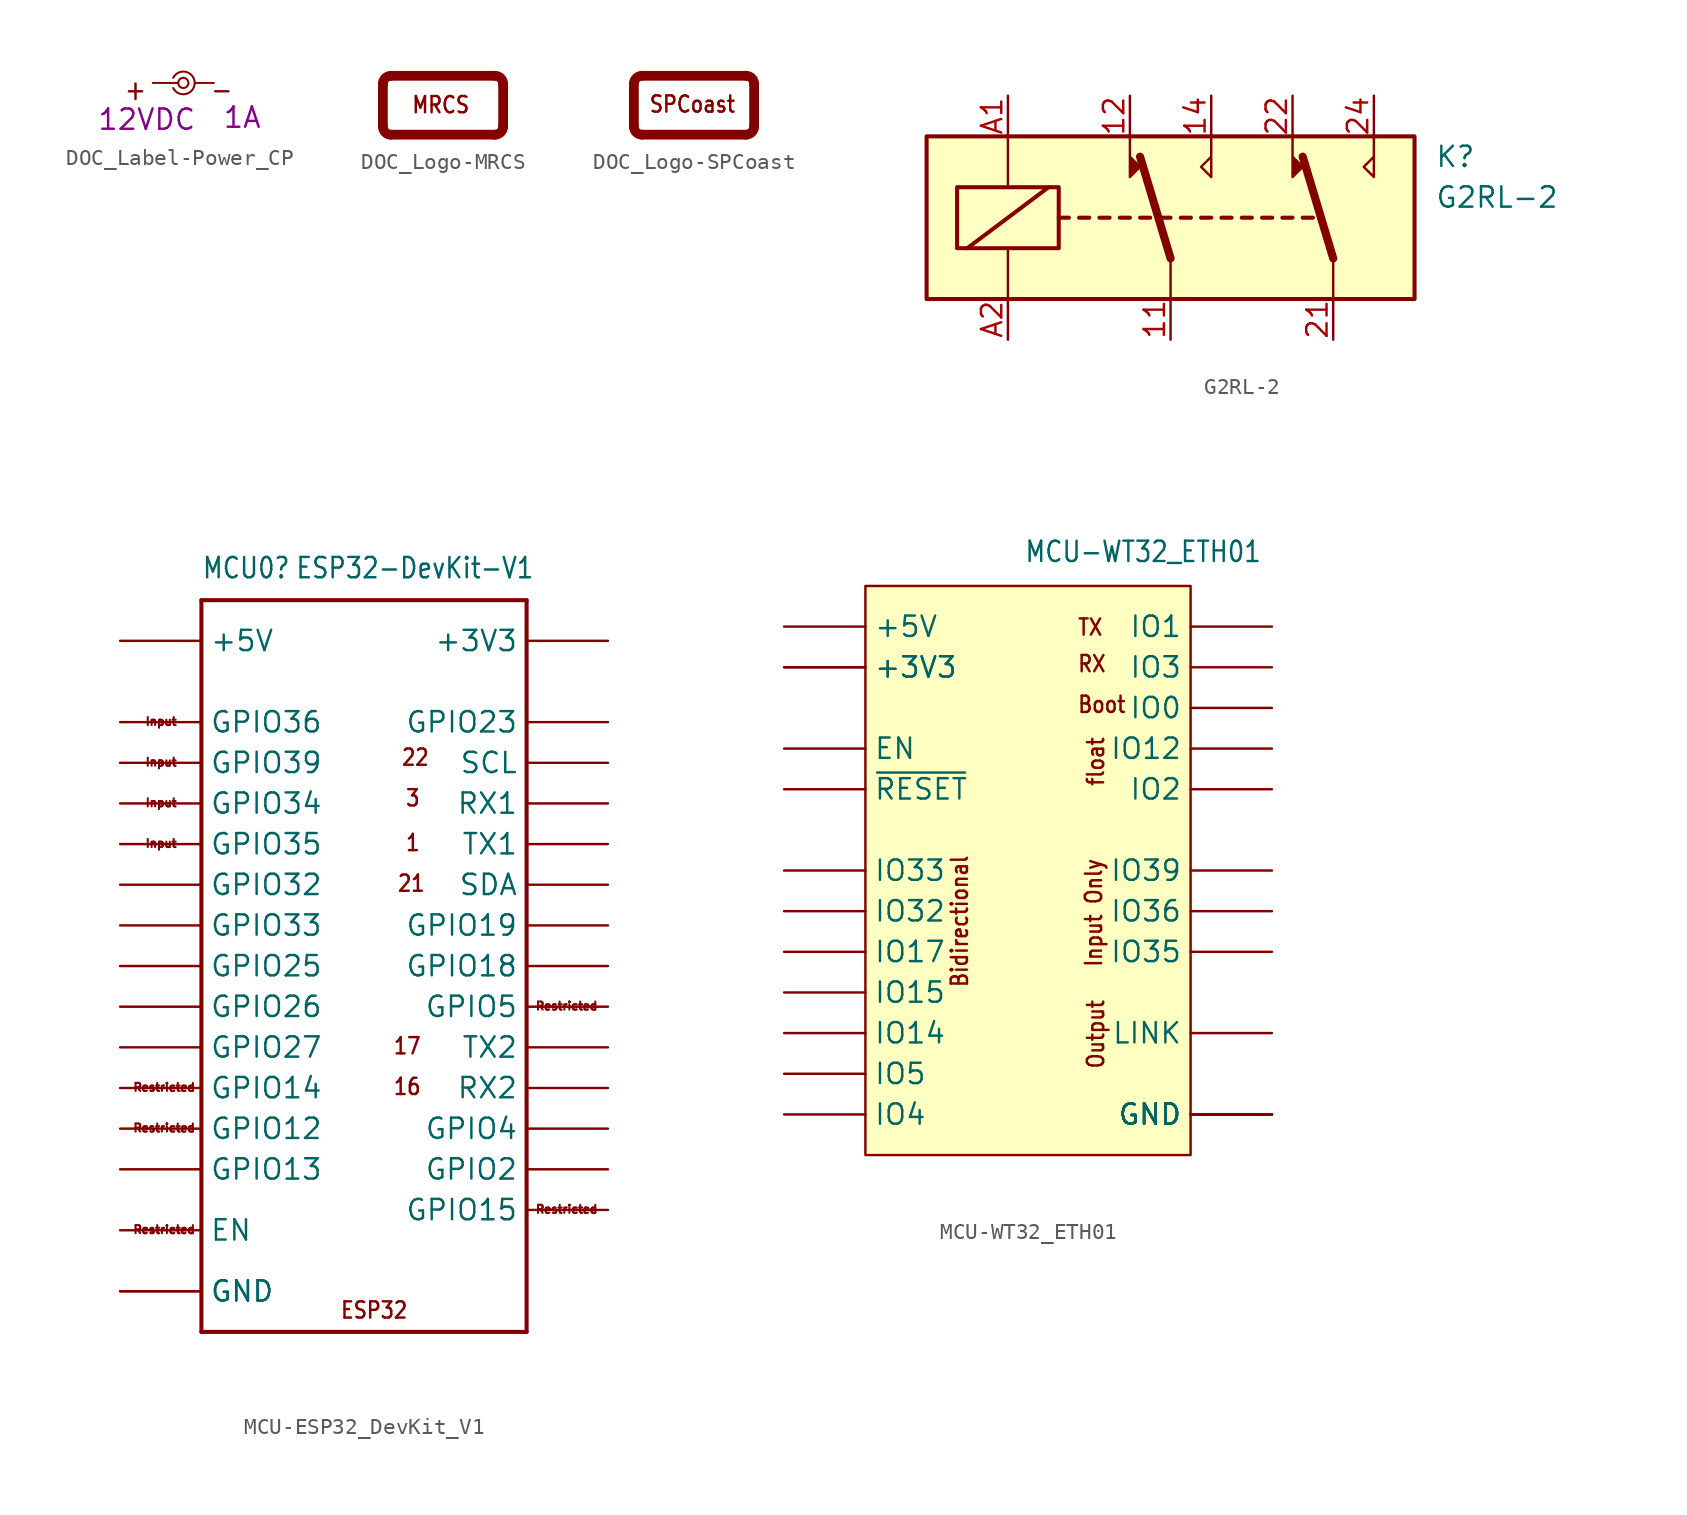
<source format=kicad_sym>
(kicad_symbol_lib
  (version 20241209)
  (generator "kicad_symbol_editor")
  (generator_version "9.0")
  (symbol "DOC_Label-Power_CP"
    (property "Reference" "PWR-LABEL"
      (at 0.762 3.556 0)
      (effects (font (size 1.27 1.27)) (hide yes)))
    (property "A" "1A"
      (at 3.683 -0.889 0)
      (effects (font (size 1.27 1.27))))
    (property "V" "12VDC"
      (at -2.286 -1.016 0)
      (effects (font (size 1.27 1.27))))
    (symbol "DOC_Label-Power_CP_1_0"
      (polyline (pts (xy -0.318 1.27) (xy -1.905 1.27)) (stroke (width 0.127) (type solid)) (fill (type none)))
      (arc (start -0.635 1.5875) (mid 0.71 1.27) (end -0.635 0.9525) (stroke (width 0.127) (type solid)) (fill (type none)))
      (circle (center 0 1.27) (radius 0.318) (stroke (width 0.127) (type solid)) (fill (type none)))
      (polyline (pts (xy 0.762 1.27) (xy 1.905 1.27)) (stroke (width 0.127) (type solid)) (fill (type none)))
      (text "+" (at -2.223 1.587 0) (effects (font (size 1.27 1.079)) (justify right top)))
      (text "-" (at 3.175 1.587 0) (effects (font (size 1.27 1.079)) (justify right top)))))
  (symbol "DOC_Logo-MRCS"
    (property "Reference" ""
      (at 0 0 0)
      (effects (font (size 1.27 1.27)) (hide yes)))
    (property "ki_locked" ""
      (at 0 0 0)
      (effects (font (size 1.27 1.27))))
    (symbol "DOC_Logo-MRCS_1_0"
      (polyline (pts (xy -3.759 1.295) (xy -3.759 -1.372)) (stroke (width 0.61) (type solid)) (fill (type none)))
      (polyline (pts (xy -3.251 1.803) (xy 3.251 1.803)) (stroke (width 0.61) (type solid)) (fill (type none)))
      (arc (start -3.7592 1.2954) (mid -3.6104 1.6546) (end -3.2512 1.8034) (stroke (width 0.6096) (type solid)) (fill (type none)))
      (arc (start -3.2512 -1.8796) (mid -3.6104 -1.7308) (end -3.7592 -1.3716) (stroke (width 0.6096) (type solid)) (fill (type none)))
      (arc (start 3.7592 -1.3716) (mid 3.6099 -1.7302) (end 3.2512 -1.8796) (stroke (width 0.6096) (type solid)) (fill (type none)))
      (arc (start 3.2512 1.8034) (mid 3.6104 1.6546) (end 3.7592 1.2954) (stroke (width 0.6096) (type solid)) (fill (type none)))
      (polyline (pts (xy 3.251 -1.88) (xy -3.251 -1.88)) (stroke (width 0.61) (type solid)) (fill (type none)))
      (polyline (pts (xy 3.759 1.295) (xy 3.759 -1.372)) (stroke (width 0.61) (type solid)) (fill (type none)))
      (text "MRCS" (at -2.007 -0.61 0) (effects (font (size 1.016 0.864)) (justify left bottom)))))
  (symbol "DOC_Logo-SPCoast"
    (property "Reference" "Logo"
      (at -1.651 3.302 0)
      (effects (font (size 1.27 1.27)) (hide yes)))
    (symbol "DOC_Logo-SPCoast_1_0"
      (polyline (pts (xy -3.759 1.295) (xy -3.759 -1.372)) (stroke (width 0.61) (type solid)) (fill (type none)))
      (polyline (pts (xy -3.251 1.803) (xy 3.251 1.803)) (stroke (width 0.61) (type solid)) (fill (type none)))
      (arc (start -3.7592 1.2954) (mid -3.6104 1.6546) (end -3.2512 1.8034) (stroke (width 0.6096) (type solid)) (fill (type none)))
      (arc (start -3.2512 -1.8796) (mid -3.6104 -1.7308) (end -3.7592 -1.3716) (stroke (width 0.6096) (type solid)) (fill (type none)))
      (arc (start 3.7592 -1.3716) (mid 3.6099 -1.7302) (end 3.2512 -1.8796) (stroke (width 0.6096) (type solid)) (fill (type none)))
      (arc (start 3.2512 1.8034) (mid 3.6104 1.6546) (end 3.7592 1.2954) (stroke (width 0.6096) (type solid)) (fill (type none)))
      (polyline (pts (xy 3.251 -1.88) (xy -3.251 -1.88)) (stroke (width 0.61) (type solid)) (fill (type none)))
      (polyline (pts (xy 3.759 1.295) (xy 3.759 -1.372)) (stroke (width 0.61) (type solid)) (fill (type none)))
      (text "SPCoast" (at -0.102 0.025 0) (effects (font (size 1.016 0.864))))))
  (symbol "G2RL-2"
    (property "Reference" "K"
      (at 16.51 3.81 0)
      (effects (font (size 1.27 1.27)) (justify left)))
    (property "Value" "G2RL-2"
      (at 16.51 1.27 0)
      (effects (font (size 1.27 1.27)) (justify left)))
    (symbol "G2RL-2_0_1"
      (rectangle (start -15.24 5.08) (end 15.24 -5.08) (stroke (width 0.254) (type default)) (fill (type background)))
      (rectangle (start -13.335 1.905) (end -6.985 -1.905) (stroke (width 0.254) (type default)) (fill (type none)))
      (polyline (pts (xy -12.7 -1.905) (xy -7.62 1.905)) (stroke (width 0.254) (type default)) (fill (type none)))
      (polyline (pts (xy -10.16 5.08) (xy -10.16 1.905)) (stroke (width 0) (type default)) (fill (type none)))
      (polyline (pts (xy -10.16 -5.08) (xy -10.16 -1.905)) (stroke (width 0) (type default)) (fill (type none)))
      (polyline (pts (xy -6.985 0) (xy -6.35 0)) (stroke (width 0.254) (type default)) (fill (type none)))
      (polyline (pts (xy -5.715 0) (xy -5.08 0)) (stroke (width 0.254) (type default)) (fill (type none)))
      (polyline (pts (xy -4.445 0) (xy -3.81 0)) (stroke (width 0.254) (type default)) (fill (type none)))
      (polyline (pts (xy -3.175 0) (xy -2.54 0)) (stroke (width 0.254) (type default)) (fill (type none)))
      (polyline (pts (xy -2.54 5.08) (xy -2.54 2.54) (xy -1.905 3.175) (xy -2.54 3.81)) (stroke (width 0) (type default)) (fill (type outline)))
      (polyline (pts (xy -1.905 0) (xy -1.27 0)) (stroke (width 0.254) (type default)) (fill (type none)))
      (polyline (pts (xy -0.635 0) (xy 0 0)) (stroke (width 0.254) (type default)) (fill (type none)))
      (polyline (pts (xy 0 -2.54) (xy -1.905 3.81)) (stroke (width 0.508) (type default)) (fill (type none)))
      (polyline (pts (xy 0 -2.54) (xy 0 -5.08)) (stroke (width 0) (type default)) (fill (type none)))
      (polyline (pts (xy 0.635 0) (xy 1.27 0)) (stroke (width 0.254) (type default)) (fill (type none)))
      (polyline (pts (xy 1.905 0) (xy 2.54 0)) (stroke (width 0.254) (type default)) (fill (type none)))
      (polyline (pts (xy 2.54 5.08) (xy 2.54 2.54) (xy 1.905 3.175) (xy 2.54 3.81)) (stroke (width 0) (type default)) (fill (type none)))
      (polyline (pts (xy 3.175 0) (xy 3.81 0)) (stroke (width 0.254) (type default)) (fill (type none)))
      (polyline (pts (xy 4.445 0) (xy 5.08 0)) (stroke (width 0.254) (type default)) (fill (type none)))
      (polyline (pts (xy 5.715 0) (xy 6.35 0)) (stroke (width 0.254) (type default)) (fill (type none)))
      (polyline (pts (xy 6.985 0) (xy 7.62 0)) (stroke (width 0.254) (type default)) (fill (type none)))
      (polyline (pts (xy 7.62 5.08) (xy 7.62 2.54) (xy 8.255 3.175) (xy 7.62 3.81)) (stroke (width 0) (type default)) (fill (type outline)))
      (polyline (pts (xy 8.255 0) (xy 8.89 0)) (stroke (width 0.254) (type default)) (fill (type none)))
      (polyline (pts (xy 10.16 -2.54) (xy 8.255 3.81)) (stroke (width 0.508) (type default)) (fill (type none)))
      (polyline (pts (xy 10.16 -2.54) (xy 10.16 -5.08)) (stroke (width 0) (type default)) (fill (type none)))
      (polyline (pts (xy 12.7 5.08) (xy 12.7 2.54) (xy 12.065 3.175) (xy 12.7 3.81)) (stroke (width 0) (type default)) (fill (type none))))
    (symbol "G2RL-2_1_1"
      (pin passive line (at -10.16 7.62 270) (length 2.54) (name "~" (effects (font (size 1.27 1.27)))) (number "A1" (effects (font (size 1.27 1.27)))))
      (pin passive line (at -10.16 -7.62 90) (length 2.54) (name "~" (effects (font (size 1.27 1.27)))) (number "A2" (effects (font (size 1.27 1.27)))))
      (pin passive line (at -2.54 7.62 270) (length 2.54) (name "~" (effects (font (size 1.27 1.27)))) (number "12" (effects (font (size 1.27 1.27)))))
      (pin passive line (at 0 -7.62 90) (length 2.54) (name "~" (effects (font (size 1.27 1.27)))) (number "11" (effects (font (size 1.27 1.27)))))
      (pin passive line (at 2.54 7.62 270) (length 2.54) (name "~" (effects (font (size 1.27 1.27)))) (number "14" (effects (font (size 1.27 1.27)))))
      (pin passive line (at 7.62 7.62 270) (length 2.54) (name "~" (effects (font (size 1.27 1.27)))) (number "22" (effects (font (size 1.27 1.27)))))
      (pin passive line (at 10.16 -7.62 90) (length 2.54) (name "~" (effects (font (size 1.27 1.27)))) (number "21" (effects (font (size 1.27 1.27)))))
      (pin passive line (at 12.7 7.62 270) (length 2.54) (name "~" (effects (font (size 1.27 1.27)))) (number "24" (effects (font (size 1.27 1.27)))))))
  (symbol "MCU-ESP32_DevKit_V1"
    (pin_numbers
      (hide yes))
    (property "Reference" "MCU0"
      (at -10.16 24.13 0)
      (effects (font (size 1.27 1.079)) (justify left bottom)))
    (property "Value" "ESP32-DevKit-V1"
      (at -4.318 24.13 0)
      (effects (font (size 1.27 1.079)) (justify left bottom)))
    (symbol "MCU-ESP32_DevKit_V1_1_0"
      (polyline (pts (xy -10.16 22.86) (xy 10.16 22.86)) (stroke (width 0.254) (type solid)) (fill (type none)))
      (polyline (pts (xy -10.16 -22.86) (xy -10.16 22.86)) (stroke (width 0.254) (type solid)) (fill (type none)))
      (polyline (pts (xy 10.16 22.86) (xy 10.16 -22.86)) (stroke (width 0.254) (type solid)) (fill (type none)))
      (polyline (pts (xy 10.16 -22.86) (xy -10.16 -22.86)) (stroke (width 0.254) (type solid)) (fill (type none)))
      (text "Restricted" (at -14.478 -7.874 0) (effects (font (size 0.508 0.508)) (justify left bottom)))
      (text "Restricted" (at -14.478 -10.414 0) (effects (font (size 0.508 0.508)) (justify left bottom)))
      (text "Restricted" (at -14.478 -16.764 0) (effects (font (size 0.508 0.508)) (justify left bottom)))
      (text "Input" (at -13.716 14.986 0) (effects (font (size 0.508 0.508)) (justify left bottom)))
      (text "Input" (at -13.716 12.446 0) (effects (font (size 0.508 0.508)) (justify left bottom)))
      (text "Input" (at -13.716 9.906 0) (effects (font (size 0.508 0.508)) (justify left bottom)))
      (text "Input" (at -13.716 7.366 0) (effects (font (size 0.508 0.508)) (justify left bottom)))
      (text "ESP32" (at -1.524 -22.098 0) (effects (font (size 1.016 0.864)) (justify left bottom)))
      (text "17" (at 1.778 -5.588 0) (effects (font (size 1.016 0.864)) (justify left bottom)))
      (text "16" (at 1.778 -8.128 0) (effects (font (size 1.016 0.864)) (justify left bottom)))
      (text "21" (at 2.032 4.572 0) (effects (font (size 1.016 0.864)) (justify left bottom)))
      (text "22" (at 2.286 12.446 0) (effects (font (size 1.016 0.864)) (justify left bottom)))
      (text "3" (at 2.54 9.906 0) (effects (font (size 1.016 0.864)) (justify left bottom)))
      (text "1" (at 2.54 7.112 0) (effects (font (size 1.016 0.864)) (justify left bottom)))
      (text "Restricted" (at 10.668 -2.794 0) (effects (font (size 0.508 0.508)) (justify left bottom)))
      (text "Restricted" (at 10.668 -15.494 0) (effects (font (size 0.508 0.508)) (justify left bottom)))
      (pin power_in line (at -15.24 20.32 0) (length 5.08) (name "+5V" (effects (font (size 1.27 1.27)))) (number "5V" (effects (font (size 1.27 1.27)))))
      (pin input line (at -15.24 15.24 0) (length 5.08) (name "GPIO36" (effects (font (size 1.27 1.27)))) (number "IO36" (effects (font (size 1.27 1.27)))))
      (pin input line (at -15.24 12.7 0) (length 5.08) (name "GPIO39" (effects (font (size 1.27 1.27)))) (number "IO39" (effects (font (size 1.27 1.27)))))
      (pin input line (at -15.24 10.16 0) (length 5.08) (name "GPIO34" (effects (font (size 1.27 1.27)))) (number "IO34" (effects (font (size 1.27 1.27)))))
      (pin input line (at -15.24 7.62 0) (length 5.08) (name "GPIO35" (effects (font (size 1.27 1.27)))) (number "IO35" (effects (font (size 1.27 1.27)))))
      (pin bidirectional line (at -15.24 5.08 0) (length 5.08) (name "GPIO32" (effects (font (size 1.27 1.27)))) (number "IO32" (effects (font (size 1.27 1.27)))))
      (pin bidirectional line (at -15.24 2.54 0) (length 5.08) (name "GPIO33" (effects (font (size 1.27 1.27)))) (number "IO33" (effects (font (size 1.27 1.27)))))
      (pin bidirectional line (at -15.24 0 0) (length 5.08) (name "GPIO25" (effects (font (size 1.27 1.27)))) (number "IO25" (effects (font (size 1.27 1.27)))))
      (pin bidirectional line (at -15.24 -2.54 0) (length 5.08) (name "GPIO26" (effects (font (size 1.27 1.27)))) (number "IO26" (effects (font (size 1.27 1.27)))))
      (pin bidirectional line (at -15.24 -5.08 0) (length 5.08) (name "GPIO27" (effects (font (size 1.27 1.27)))) (number "IO27" (effects (font (size 1.27 1.27)))))
      (pin bidirectional line (at -15.24 -7.62 0) (length 5.08) (name "GPIO14" (effects (font (size 1.27 1.27)))) (number "IO14" (effects (font (size 1.27 1.27)))))
      (pin bidirectional line (at -15.24 -10.16 0) (length 5.08) (name "GPIO12" (effects (font (size 1.27 1.27)))) (number "IO12" (effects (font (size 1.27 1.27)))))
      (pin bidirectional line (at -15.24 -12.7 0) (length 5.08) (name "GPIO13" (effects (font (size 1.27 1.27)))) (number "IO13" (effects (font (size 1.27 1.27)))))
      (pin input line (at -15.24 -16.51 0) (length 5.08) (name "EN" (effects (font (size 1.27 1.27)))) (number "EN" (effects (font (size 1.27 1.27)))))
      (pin power_in line (at -15.24 -20.32 0) (length 5.08) (name "GND" (effects (font (size 1.27 1.27)))) (number "GND" (effects (font (size 0 0)))))
      (pin power_in line (at -15.24 -20.32 0) (length 5.08) (name "GND" (effects (font (size 1.27 1.27)))) (number "GND@1" (effects (font (size 0 0)))))
      (pin power_out line (at 15.24 20.32 180) (length 5.08) (name "+3V3" (effects (font (size 1.27 1.27)))) (number "3V3" (effects (font (size 1.27 1.27)))))
      (pin bidirectional line (at 15.24 15.24 180) (length 5.08) (name "GPIO23" (effects (font (size 1.27 1.27)))) (number "IO23" (effects (font (size 1.27 1.27)))))
      (pin bidirectional line (at 15.24 12.7 180) (length 5.08) (name "SCL" (effects (font (size 1.27 1.27)))) (number "SCL" (effects (font (size 1.27 1.27)))))
      (pin bidirectional line (at 15.24 10.16 180) (length 5.08) (name "RX1" (effects (font (size 1.27 1.27)))) (number "RX1" (effects (font (size 1.27 1.27)))))
      (pin bidirectional line (at 15.24 7.62 180) (length 5.08) (name "TX1" (effects (font (size 1.27 1.27)))) (number "TX1" (effects (font (size 1.27 1.27)))))
      (pin bidirectional line (at 15.24 5.08 180) (length 5.08) (name "SDA" (effects (font (size 1.27 1.27)))) (number "SDA" (effects (font (size 1.27 1.27)))))
      (pin bidirectional line (at 15.24 2.54 180) (length 5.08) (name "GPIO19" (effects (font (size 1.27 1.27)))) (number "IO19" (effects (font (size 1.27 1.27)))))
      (pin bidirectional line (at 15.24 0 180) (length 5.08) (name "GPIO18" (effects (font (size 1.27 1.27)))) (number "IO18" (effects (font (size 1.27 1.27)))))
      (pin bidirectional line (at 15.24 -2.54 180) (length 5.08) (name "GPIO5" (effects (font (size 1.27 1.27)))) (number "IO5" (effects (font (size 1.27 1.27)))))
      (pin bidirectional line (at 15.24 -5.08 180) (length 5.08) (name "TX2" (effects (font (size 1.27 1.27)))) (number "TX2" (effects (font (size 1.27 1.27)))))
      (pin bidirectional line (at 15.24 -7.62 180) (length 5.08) (name "RX2" (effects (font (size 1.27 1.27)))) (number "RX2" (effects (font (size 1.27 1.27)))))
      (pin bidirectional line (at 15.24 -10.16 180) (length 5.08) (name "GPIO4" (effects (font (size 1.27 1.27)))) (number "IO4" (effects (font (size 1.27 1.27)))))
      (pin bidirectional line (at 15.24 -12.7 180) (length 5.08) (name "GPIO2" (effects (font (size 1.27 1.27)))) (number "IO2" (effects (font (size 1.27 1.27)))))
      (pin bidirectional line (at 15.24 -15.24 180) (length 5.08) (name "GPIO15" (effects (font (size 1.27 1.27)))) (number "IO15" (effects (font (size 1.27 1.27)))))))
  (symbol "MCU-WT32_ETH01"
    (property "Reference" "ESP1"
      (at -9.906 19.05 0)
      (effects (font (size 1.27 1.079)) (justify left bottom) (hide yes)))
    (property "Value" "MCU-WT32_ETH01"
      (at -0.254 19.177 0)
      (effects (font (size 1.27 1.079)) (justify left bottom)))
    (property "ki_locked" ""
      (at 0 0 0)
      (effects (font (size 1.27 1.27))))
    (symbol "MCU-WT32_ETH01_1_0"
      (text "Bidirectional" (at -3.683 -7.366 900) (effects (font (size 1.016 0.864)) (justify left bottom)))
      (text "TX" (at 3.048 14.605 0) (effects (font (size 1.016 0.864)) (justify left bottom)))
      (text "RX" (at 3.048 12.319 0) (effects (font (size 1.016 0.864)) (justify left bottom)))
      (text "Boot" (at 3.048 9.779 0) (effects (font (size 1.016 0.864)) (justify left bottom)))
      (text "Input Only" (at 4.699 -6.096 900) (effects (font (size 1.016 0.864)) (justify left bottom)))
      (text "float" (at 4.826 5.207 900) (effects (font (size 1.016 0.864)) (justify left bottom)))
      (text "Output" (at 4.826 -12.446 900) (effects (font (size 1.016 0.864)) (justify left bottom)))
      (pin power_in line (at -15.24 15.24 0) (length 5.08) (name "+5V" (effects (font (size 1.27 1.27)))) (number "5V" (effects (font (size 0 0)))))
      (pin power_in line (at -15.24 12.7 0) (length 5.08) (name "+3V3" (effects (font (size 1.27 1.27)))) (number "3V3" (effects (font (size 0 0)))) (alternate "+3V3 out" power_out line))
      (pin power_in line (at -15.24 12.7 0) (length 5.08) (name "+3V3" (effects (font (size 1.27 1.27)))) (number "3V3@1" (effects (font (size 0 0)))))
      (pin input line (at -15.24 7.62 0) (length 5.08) (name "EN" (effects (font (size 1.27 1.27)))) (number "EN" (effects (font (size 0 0)))))
      (pin input line (at -15.24 5.08 0) (length 5.08) (name "~{RESET}" (effects (font (size 1.27 1.27)))) (number "!RESET" (effects (font (size 0 0)))))
      (pin bidirectional line (at -15.24 0 0) (length 5.08) (name "IO33" (effects (font (size 1.27 1.27)))) (number "IO33" (effects (font (size 0 0)))))
      (pin bidirectional line (at -15.24 -2.54 0) (length 5.08) (name "IO32" (effects (font (size 1.27 1.27)))) (number "IO32" (effects (font (size 0 0)))))
      (pin bidirectional line (at -15.24 -5.08 0) (length 5.08) (name "IO17" (effects (font (size 1.27 1.27)))) (number "IO17" (effects (font (size 0 0)))))
      (pin bidirectional line (at -15.24 -7.62 0) (length 5.08) (name "IO15" (effects (font (size 1.27 1.27)))) (number "IO15" (effects (font (size 0 0)))))
      (pin bidirectional line (at -15.24 -10.16 0) (length 5.08) (name "IO14" (effects (font (size 1.27 1.27)))) (number "IO14" (effects (font (size 0 0)))))
      (pin bidirectional line (at -15.24 -12.7 0) (length 5.08) (name "IO5" (effects (font (size 1.27 1.27)))) (number "IO5" (effects (font (size 0 0)))))
      (pin bidirectional line (at -15.24 -15.24 0) (length 5.08) (name "IO4" (effects (font (size 1.27 1.27)))) (number "IO4" (effects (font (size 0 0)))))
      (pin output line (at 15.24 15.24 180) (length 5.08) (name "IO1" (effects (font (size 1.27 1.27)))) (number "IO1" (effects (font (size 0 0)))))
      (pin input line (at 15.24 12.7 180) (length 5.08) (name "IO3" (effects (font (size 1.27 1.27)))) (number "IO3" (effects (font (size 0 0)))))
      (pin tri_state line (at 15.24 10.16 180) (length 5.08) (name "IO0" (effects (font (size 1.27 1.27)))) (number "IO0" (effects (font (size 0 0)))))
      (pin output line (at 15.24 7.62 180) (length 5.08) (name "IO12" (effects (font (size 1.27 1.27)))) (number "IO12" (effects (font (size 0 0)))))
      (pin output line (at 15.24 5.08 180) (length 5.08) (name "IO2" (effects (font (size 1.27 1.27)))) (number "IO2" (effects (font (size 0 0)))))
      (pin input line (at 15.24 0 180) (length 5.08) (name "IO39" (effects (font (size 1.27 1.27)))) (number "IO39" (effects (font (size 0 0)))))
      (pin input line (at 15.24 -2.54 180) (length 5.08) (name "IO36" (effects (font (size 1.27 1.27)))) (number "IO36" (effects (font (size 0 0)))))
      (pin input line (at 15.24 -5.08 180) (length 5.08) (name "IO35" (effects (font (size 1.27 1.27)))) (number "IO35" (effects (font (size 0 0)))))
      (pin output line (at 15.24 -10.16 180) (length 5.08) (name "LINK" (effects (font (size 1.27 1.27)))) (number "LINK" (effects (font (size 0 0)))))
      (pin power_in line (at 15.24 -15.24 180) (length 5.08) (name "GND" (effects (font (size 1.27 1.27)))) (number "GND" (effects (font (size 0 0)))))
      (pin power_in line (at 15.24 -15.24 180) (length 5.08) (name "GND" (effects (font (size 1.27 1.27)))) (number "GND@1" (effects (font (size 0 0)))))
      (pin power_in line (at 15.24 -15.24 180) (length 5.08) (name "GND" (effects (font (size 1.27 1.27)))) (number "GND@2" (effects (font (size 0 0)))))
      (pin power_in line (at 15.24 -15.24 180) (length 5.08) (name "GND" (effects (font (size 1.27 1.27)))) (number "GND@3" (effects (font (size 0 0)))))
      (pin power_in line (at 15.24 -15.24 180) (length 5.08) (name "GND" (effects (font (size 1.27 1.27)))) (number "GND@4" (effects (font (size 0 0))))))
    (symbol "MCU-WT32_ETH01_1_1"
      (rectangle (start -10.16 17.78) (end 10.16 -17.78) (stroke (width 0) (type default)) (fill (type background))))))
</source>
